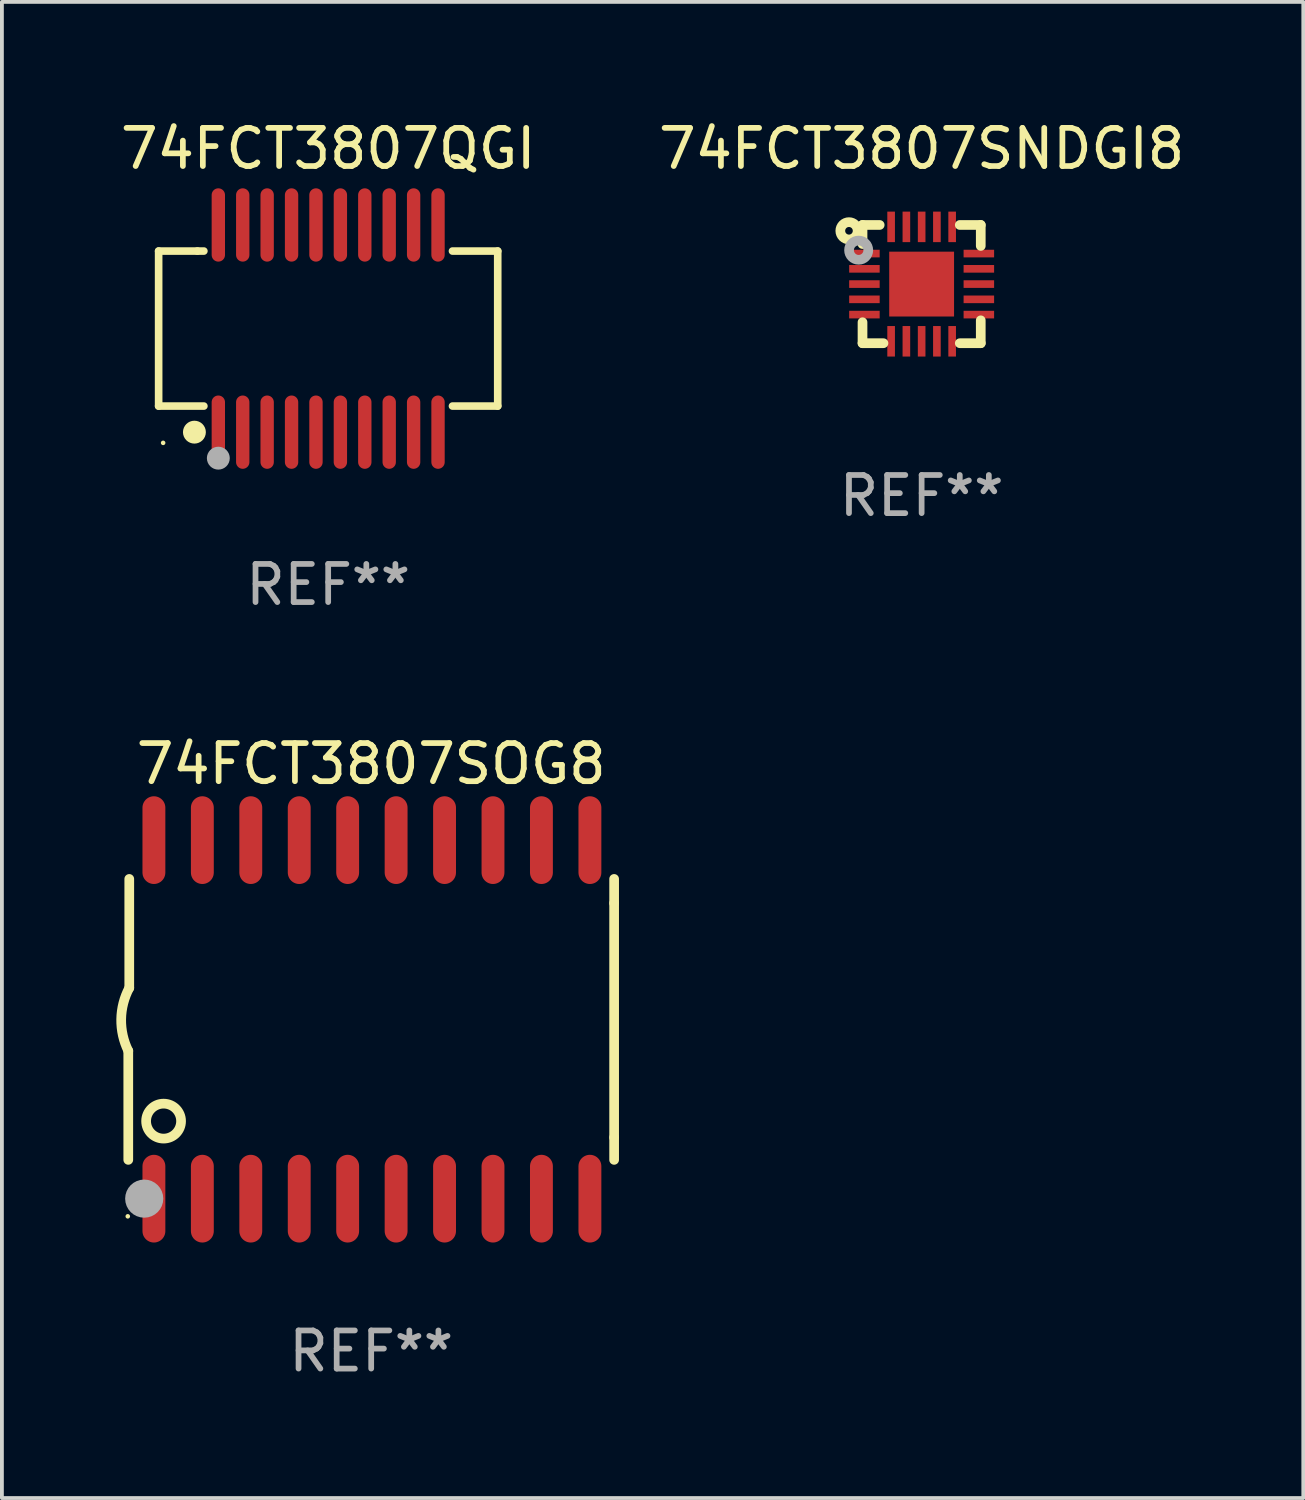
<source format=kicad_pcb>
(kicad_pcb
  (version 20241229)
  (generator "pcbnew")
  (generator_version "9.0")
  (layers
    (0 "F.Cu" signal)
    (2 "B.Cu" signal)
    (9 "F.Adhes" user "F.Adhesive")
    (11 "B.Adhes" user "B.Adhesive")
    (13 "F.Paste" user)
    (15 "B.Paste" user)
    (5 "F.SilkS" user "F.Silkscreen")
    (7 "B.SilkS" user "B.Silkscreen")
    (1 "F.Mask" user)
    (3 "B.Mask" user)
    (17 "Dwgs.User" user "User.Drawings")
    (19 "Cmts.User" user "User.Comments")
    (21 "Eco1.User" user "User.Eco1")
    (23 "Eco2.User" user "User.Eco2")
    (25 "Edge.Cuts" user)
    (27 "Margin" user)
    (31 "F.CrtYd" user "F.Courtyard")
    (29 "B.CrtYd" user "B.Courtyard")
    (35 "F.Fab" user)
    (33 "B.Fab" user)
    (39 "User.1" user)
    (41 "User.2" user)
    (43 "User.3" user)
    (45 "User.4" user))
  (footprint "74FCT3807SNDGI8"
    (layer "F.Cu")
    (at 21.113 4.398)
    (property "Reference" "74FCT3807SNDGI8" (at 0 -3.55 0) (layer "F.SilkS") (effects (font (size 1 1) (thickness 0.15))))
    (attr through_hole)
    (fp_line (start -1.55 -1.55) (end -1.55 -1.05) (stroke (width 0.254) (type solid)) (layer "F.SilkS"))
    (fp_line (start -1.55 1.55) (end -1.55 1) (stroke (width 0.254) (type solid)) (layer "F.SilkS"))
    (fp_line (start -1.1 -1.55) (end -1.55 -1.55) (stroke (width 0.254) (type solid)) (layer "F.SilkS"))
    (fp_line (start -1 1.55) (end -1.55 1.55) (stroke (width 0.254) (type solid)) (layer "F.SilkS"))
    (fp_line (start 1 -1.55) (end 1.55 -1.55) (stroke (width 0.254) (type solid)) (layer "F.SilkS"))
    (fp_line (start 1.55 -1.55) (end 1.55 -1) (stroke (width 0.254) (type solid)) (layer "F.SilkS"))
    (fp_line (start 1.55 0.95) (end 1.55 1.55) (stroke (width 0.254) (type solid)) (layer "F.SilkS"))
    (fp_line (start 1.55 1.55) (end 1 1.55) (stroke (width 0.254) (type solid)) (layer "F.SilkS"))
    (fp_circle (center -1.905 -1.397) (end -1.805 -1.397) (stroke (width 0.254) (type solid)) (fill no) (layer "F.SilkS"))
    (fp_circle (center -1.5 -1.5) (end -1.47 -1.5) (stroke (width 0.06) (type solid)) (fill no) (layer "F.SilkS"))
    (fp_circle (center -1.651 -0.889) (end -1.526 -0.889) (stroke (width 0.254) (type solid)) (fill no) (layer "F.Fab"))
    (fp_text user "REF**" (at 0 5.55 0) (layer "F.Fab") (effects (font (size 1 1) (thickness 0.15))))
    (pad "1" smd rect (at -1.5 -0.8 90) (size 0.2 0.8) (layers "F.Cu" "F.Mask" "F.Paste"))
    (pad "2" smd rect (at -1.5 -0.4 90) (size 0.2 0.8) (layers "F.Cu" "F.Mask" "F.Paste"))
    (pad "3" smd rect (at -1.5 0 90) (size 0.2 0.8) (layers "F.Cu" "F.Mask" "F.Paste"))
    (pad "4" smd rect (at -1.5 0.4 90) (size 0.2 0.8) (layers "F.Cu" "F.Mask" "F.Paste"))
    (pad "5" smd rect (at -1.5 0.8 90) (size 0.2 0.8) (layers "F.Cu" "F.Mask" "F.Paste"))
    (pad "6" smd rect (at -0.8 1.5) (size 0.2 0.8) (layers "F.Cu" "F.Mask" "F.Paste"))
    (pad "7" smd rect (at -0.4 1.5) (size 0.2 0.8) (layers "F.Cu" "F.Mask" "F.Paste"))
    (pad "8" smd rect (at 0 1.5) (size 0.2 0.8) (layers "F.Cu" "F.Mask" "F.Paste"))
    (pad "9" smd rect (at 0.4 1.5) (size 0.2 0.8) (layers "F.Cu" "F.Mask" "F.Paste"))
    (pad "10" smd rect (at 0.8 1.5) (size 0.2 0.8) (layers "F.Cu" "F.Mask" "F.Paste"))
    (pad "11" smd rect (at 1.5 0.8 90) (size 0.2 0.8) (layers "F.Cu" "F.Mask" "F.Paste"))
    (pad "12" smd rect (at 1.5 0.4 90) (size 0.2 0.8) (layers "F.Cu" "F.Mask" "F.Paste"))
    (pad "13" smd rect (at 1.5 0 90) (size 0.2 0.8) (layers "F.Cu" "F.Mask" "F.Paste"))
    (pad "14" smd rect (at 1.5 -0.4 90) (size 0.2 0.8) (layers "F.Cu" "F.Mask" "F.Paste"))
    (pad "15" smd rect (at 1.5 -0.8 90) (size 0.2 0.8) (layers "F.Cu" "F.Mask" "F.Paste"))
    (pad "16" smd rect (at 0.8 -1.5 180) (size 0.2 0.8) (layers "F.Cu" "F.Mask" "F.Paste"))
    (pad "17" smd rect (at 0.4 -1.5 180) (size 0.2 0.8) (layers "F.Cu" "F.Mask" "F.Paste"))
    (pad "18" smd rect (at 0.000254 -1.5 180) (size 0.2 0.8) (layers "F.Cu" "F.Mask" "F.Paste"))
    (pad "19" smd rect (at -0.4 -1.5 180) (size 0.2 0.8) (layers "F.Cu" "F.Mask" "F.Paste"))
    (pad "20" smd rect (at -0.8 -1.5 180) (size 0.2 0.8) (layers "F.Cu" "F.Mask" "F.Paste"))
    (pad "21" smd rect (at 0 0 180) (size 1.7 1.7) (layers "F.Cu" "F.Mask" "F.Paste")))
  (footprint "74FCT3807SOG8"
    (layer "F.Cu")
    (at 6.682 23.676)
    (property "Reference" "74FCT3807SOG8" (at 0 -6.7 0) (layer "F.SilkS") (effects (font (size 1 1) (thickness 0.15))))
    (attr through_hole)
    (fp_line (start -6.369 0.826) (end -6.369 3.683) (stroke (width 0.254) (type solid)) (layer "F.SilkS"))
    (fp_line (start -6.343 -0.825) (end -6.343 -3.683) (stroke (width 0.254) (type solid)) (layer "F.SilkS"))
    (fp_line (start 6.369 -3.048) (end 6.369 -3.683) (stroke (width 0.254) (type solid)) (layer "F.SilkS"))
    (fp_line (start 6.369 -3.048) (end 6.369 3.096) (stroke (width 0.254) (type solid)) (layer "F.SilkS"))
    (fp_line (start 6.369 3.096) (end 6.369 3.683) (stroke (width 0.254) (type solid)) (layer "F.SilkS"))
    (fp_arc (start -6.36853 0.825552) (mid -6.554743 -0.00301) (end -6.343129 -0.825451) (stroke (width 0.254001) (type solid)) (layer "F.SilkS"))
    (fp_circle (center -6.382 5.163) (end -6.352 5.163) (stroke (width 0.06) (type solid)) (fill no) (layer "F.SilkS"))
    (fp_circle (center -5.443 2.667) (end -4.985 2.667) (stroke (width 0.254) (type solid)) (fill no) (layer "F.SilkS"))
    (fp_circle (center -5.951 4.699) (end -5.701 4.699) (stroke (width 0.5) (type solid)) (fill no) (layer "F.Fab"))
    (fp_text user "REF**" (at 0 8.7 0) (layer "F.Fab") (effects (font (size 1 1) (thickness 0.15))))
    (pad "1" smd oval (at -5.697 4.7 180) (size 0.6 2.3) (layers "F.Cu" "F.Mask" "F.Paste"))
    (pad "2" smd oval (at -4.427 4.7 180) (size 0.6 2.3) (layers "F.Cu" "F.Mask" "F.Paste"))
    (pad "3" smd oval (at -3.157 4.7 180) (size 0.6 2.3) (layers "F.Cu" "F.Mask" "F.Paste"))
    (pad "4" smd oval (at -1.887 4.7 180) (size 0.6 2.3) (layers "F.Cu" "F.Mask" "F.Paste"))
    (pad "5" smd oval (at -0.617 4.7 180) (size 0.6 2.3) (layers "F.Cu" "F.Mask" "F.Paste"))
    (pad "6" smd oval (at 0.653 4.7 180) (size 0.6 2.3) (layers "F.Cu" "F.Mask" "F.Paste"))
    (pad "7" smd oval (at 1.923 4.7 180) (size 0.6 2.3) (layers "F.Cu" "F.Mask" "F.Paste"))
    (pad "8" smd oval (at 3.193 4.7 180) (size 0.6 2.3) (layers "F.Cu" "F.Mask" "F.Paste"))
    (pad "9" smd oval (at 4.463 4.7 180) (size 0.6 2.3) (layers "F.Cu" "F.Mask" "F.Paste"))
    (pad "10" smd oval (at 5.734 4.7 180) (size 0.6 2.3) (layers "F.Cu" "F.Mask" "F.Paste"))
    (pad "11" smd oval (at 5.734 -4.7 180) (size 0.6 2.3) (layers "F.Cu" "F.Mask" "F.Paste"))
    (pad "12" smd oval (at 4.463 -4.7 180) (size 0.6 2.3) (layers "F.Cu" "F.Mask" "F.Paste"))
    (pad "13" smd oval (at 3.193 -4.7 180) (size 0.6 2.3) (layers "F.Cu" "F.Mask" "F.Paste"))
    (pad "14" smd oval (at 1.923 -4.7 180) (size 0.6 2.3) (layers "F.Cu" "F.Mask" "F.Paste"))
    (pad "15" smd oval (at 0.653 -4.7 180) (size 0.6 2.3) (layers "F.Cu" "F.Mask" "F.Paste"))
    (pad "16" smd oval (at -0.617 -4.7 180) (size 0.6 2.3) (layers "F.Cu" "F.Mask" "F.Paste"))
    (pad "17" smd oval (at -1.887 -4.7 180) (size 0.6 2.3) (layers "F.Cu" "F.Mask" "F.Paste"))
    (pad "18" smd oval (at -3.157 -4.7 180) (size 0.6 2.3) (layers "F.Cu" "F.Mask" "F.Paste"))
    (pad "19" smd oval (at -4.427 -4.7 180) (size 0.6 2.3) (layers "F.Cu" "F.Mask" "F.Paste"))
    (pad "20" smd oval (at -5.697 -4.7 180) (size 0.6 2.3) (layers "F.Cu" "F.Mask" "F.Paste")))
  (footprint "74FCT3807QGI"
    (layer "F.Cu")
    (at 5.554 5.564)
    (property "Reference" "74FCT3807QGI" (at 0 -4.716 0) (layer "F.SilkS") (effects (font (size 1 1) (thickness 0.15))))
    (attr through_hole)
    (fp_line (start -4.445 -2.032) (end -4.445 2.032) (stroke (width 0.2) (type solid)) (layer "F.SilkS"))
    (fp_line (start -4.445 2.032) (end -3.259 2.032) (stroke (width 0.2) (type solid)) (layer "F.SilkS"))
    (fp_line (start -3.429 -2.032) (end -4.445 -2.032) (stroke (width 0.2) (type solid)) (layer "F.SilkS"))
    (fp_line (start -3.259 -2.032) (end -3.429 -2.032) (stroke (width 0.2) (type solid)) (layer "F.SilkS"))
    (fp_line (start 3.259 2.032) (end 4.445 2.032) (stroke (width 0.2) (type solid)) (layer "F.SilkS"))
    (fp_line (start 4.445 -2.032) (end 3.259 -2.032) (stroke (width 0.2) (type solid)) (layer "F.SilkS"))
    (fp_line (start 4.445 2.032) (end 4.445 -2.032) (stroke (width 0.2) (type solid)) (layer "F.SilkS"))
    (fp_circle (center -4.327 2.997) (end -4.297 2.997) (stroke (width 0.06) (type solid)) (fill no) (layer "F.SilkS"))
    (fp_circle (center -3.507 2.716) (end -3.357 2.716) (stroke (width 0.3) (type solid)) (fill no) (layer "F.SilkS"))
    (fp_circle (center -2.88 3.398) (end -2.73 3.398) (stroke (width 0.3) (type solid)) (fill no) (layer "F.Fab"))
    (fp_text user "REF**" (at 0 6.716 0) (layer "F.Fab") (effects (font (size 1 1) (thickness 0.15))))
    (pad "1" smd oval (at -2.88 2.716) (size 0.35 1.922) (layers "F.Cu" "F.Mask" "F.Paste"))
    (pad "2" smd oval (at -2.24 2.716) (size 0.35 1.922) (layers "F.Cu" "F.Mask" "F.Paste"))
    (pad "3" smd oval (at -1.6 2.716) (size 0.35 1.922) (layers "F.Cu" "F.Mask" "F.Paste"))
    (pad "4" smd oval (at -0.96 2.716) (size 0.35 1.922) (layers "F.Cu" "F.Mask" "F.Paste"))
    (pad "5" smd oval (at -0.32 2.716) (size 0.35 1.922) (layers "F.Cu" "F.Mask" "F.Paste"))
    (pad "6" smd oval (at 0.32 2.716) (size 0.35 1.922) (layers "F.Cu" "F.Mask" "F.Paste"))
    (pad "7" smd oval (at 0.96 2.716) (size 0.35 1.922) (layers "F.Cu" "F.Mask" "F.Paste"))
    (pad "8" smd oval (at 1.6 2.716) (size 0.35 1.922) (layers "F.Cu" "F.Mask" "F.Paste"))
    (pad "9" smd oval (at 2.24 2.716) (size 0.35 1.922) (layers "F.Cu" "F.Mask" "F.Paste"))
    (pad "10" smd oval (at 2.88 2.716) (size 0.35 1.922) (layers "F.Cu" "F.Mask" "F.Paste"))
    (pad "11" smd oval (at 2.88 -2.716) (size 0.35 1.922) (layers "F.Cu" "F.Mask" "F.Paste"))
    (pad "12" smd oval (at 2.24 -2.716) (size 0.35 1.922) (layers "F.Cu" "F.Mask" "F.Paste"))
    (pad "13" smd oval (at 1.6 -2.716) (size 0.35 1.922) (layers "F.Cu" "F.Mask" "F.Paste"))
    (pad "14" smd oval (at 0.96 -2.716) (size 0.35 1.922) (layers "F.Cu" "F.Mask" "F.Paste"))
    (pad "15" smd oval (at 0.32 -2.716) (size 0.35 1.922) (layers "F.Cu" "F.Mask" "F.Paste"))
    (pad "16" smd oval (at -0.32 -2.716) (size 0.35 1.922) (layers "F.Cu" "F.Mask" "F.Paste"))
    (pad "17" smd oval (at -0.96 -2.716) (size 0.35 1.922) (layers "F.Cu" "F.Mask" "F.Paste"))
    (pad "18" smd oval (at -1.6 -2.716) (size 0.35 1.922) (layers "F.Cu" "F.Mask" "F.Paste"))
    (pad "19" smd oval (at -2.24 -2.716) (size 0.35 1.922) (layers "F.Cu" "F.Mask" "F.Paste"))
    (pad "20" smd oval (at -2.88 -2.716) (size 0.35 1.922) (layers "F.Cu" "F.Mask" "F.Paste")))
  (gr_rect
    (start -3 -3)
    (end 31.119 36.225)
    (stroke (width 0.1) (type default))
    (fill no)
    (layer "Edge.Cuts")))
</source>
